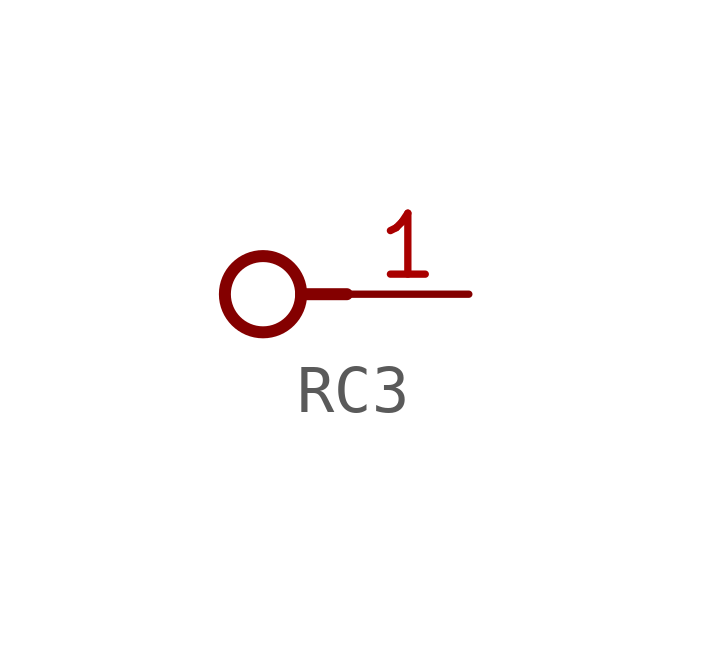
<source format=kicad_sym>
(kicad_symbol_lib
  (version 20231120)
  (generator "kicad_symbol_editor")
  (generator_version "8.0")
  (symbol "RC3"
    (power)
    (property "Reference" "#NetPort"
      (at 0 0 0)
      (effects (font (size 1.27 1.27)) (hide yes)))
    (property "ki_locked" ""
      (at 0 0 0)
      (effects (font (size 1.27 1.27))))
    (symbol "RC3_1_0"
      (circle (center -0.476 0) (radius 0.794) (stroke (width 0.25) (type solid)) (fill (type none)))
      (polyline (pts (xy 1.27 0) (xy 0.317 0)) (stroke (width 0.25) (type solid)) (fill (type none)))
      (pin power_in line (at 3.81 0 180) (length 2.54) (name "1" (effects (font (size 0 0)))) (number "1" (effects (font (size 1.27 1.27))))))))
</source>
